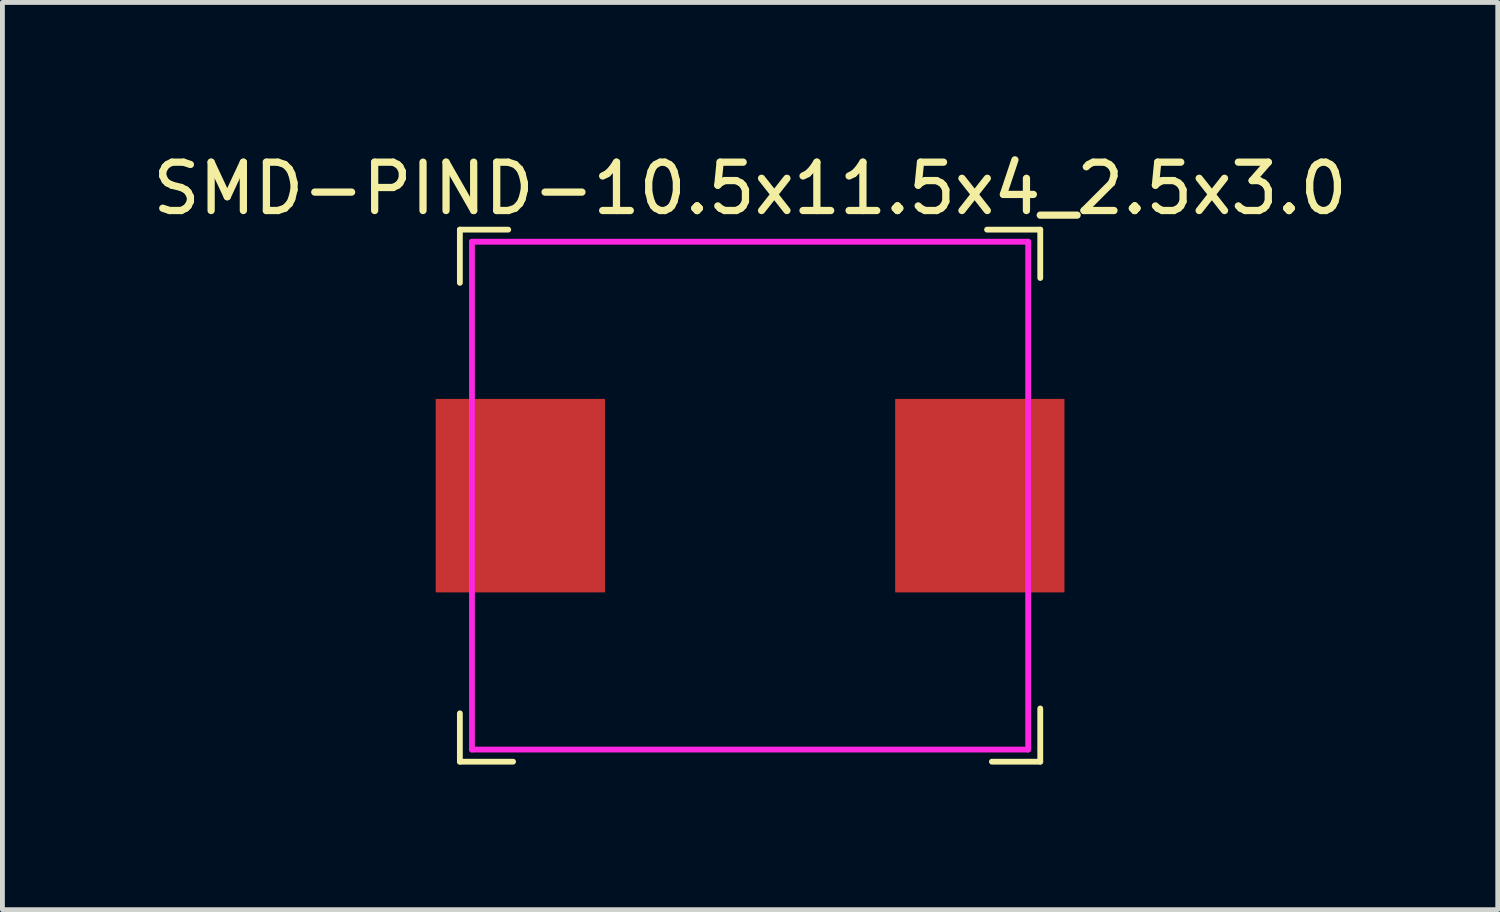
<source format=kicad_pcb>
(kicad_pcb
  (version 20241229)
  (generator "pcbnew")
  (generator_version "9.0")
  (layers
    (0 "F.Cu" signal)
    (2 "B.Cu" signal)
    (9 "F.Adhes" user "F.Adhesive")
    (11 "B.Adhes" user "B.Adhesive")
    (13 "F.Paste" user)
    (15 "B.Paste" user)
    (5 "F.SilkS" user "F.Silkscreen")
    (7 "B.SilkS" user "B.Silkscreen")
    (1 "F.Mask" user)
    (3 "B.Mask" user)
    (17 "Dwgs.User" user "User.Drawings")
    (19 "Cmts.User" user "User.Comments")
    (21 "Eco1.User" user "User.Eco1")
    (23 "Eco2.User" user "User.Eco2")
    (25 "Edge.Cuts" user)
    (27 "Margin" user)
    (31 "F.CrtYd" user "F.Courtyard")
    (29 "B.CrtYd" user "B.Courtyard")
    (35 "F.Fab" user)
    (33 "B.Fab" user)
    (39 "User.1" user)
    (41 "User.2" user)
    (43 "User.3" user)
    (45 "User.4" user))
  (footprint "SMD-PIND-10.5x11.5x4_2.5x3.0"
    (layer "F.Cu")
    (at 12.458 7.198)
    (property "Reference" "SMD-PIND-10.5x11.5x4_2.5x3.0" (at 0 -6.35 0) (layer "F.SilkS") (effects (font (size 1 1) (thickness 0.15))))
    (attr through_hole)
    (fp_line (start -6 -5.5) (end -5 -5.5) (stroke (width 0.12) (type solid)) (layer "F.SilkS"))
    (fp_line (start -6 -4.4) (end -6 -5.5) (stroke (width 0.12) (type solid)) (layer "F.SilkS"))
    (fp_line (start -6 5.5) (end -6 4.5) (stroke (width 0.12) (type solid)) (layer "F.SilkS"))
    (fp_line (start -4.9 5.5) (end -6 5.5) (stroke (width 0.12) (type solid)) (layer "F.SilkS"))
    (fp_line (start 4.9 -5.5) (end 6 -5.5) (stroke (width 0.12) (type solid)) (layer "F.SilkS"))
    (fp_line (start 6 -5.5) (end 6 -4.5) (stroke (width 0.12) (type solid)) (layer "F.SilkS"))
    (fp_line (start 6 4.4) (end 6 5.5) (stroke (width 0.12) (type solid)) (layer "F.SilkS"))
    (fp_line (start 6 5.5) (end 5 5.5) (stroke (width 0.12) (type solid)) (layer "F.SilkS"))
    (fp_line (start -5.75 -5.25) (end -5.75 5.25) (stroke (width 0.12) (type solid)) (layer "F.CrtYd"))
    (fp_line (start -5.75 -5.25) (end 5.75 -5.25) (stroke (width 0.12) (type solid)) (layer "F.CrtYd"))
    (fp_line (start 5.75 5.25) (end -5.75 5.25) (stroke (width 0.12) (type solid)) (layer "F.CrtYd"))
    (fp_line (start 5.75 5.25) (end 5.75 -5.25) (stroke (width 0.12) (type solid)) (layer "F.CrtYd"))
    (pad "1" smd rect (at -4.75 0) (size 3.5 4) (layers "F.Cu" "F.Mask" "F.Paste"))
    (pad "2" smd rect (at 4.75 0) (size 3.5 4) (layers "F.Cu" "F.Mask" "F.Paste")))
  (gr_rect
    (start -3 -3)
    (end 27.917 15.758)
    (stroke (width 0.1) (type default))
    (fill no)
    (layer "Edge.Cuts")))
</source>
